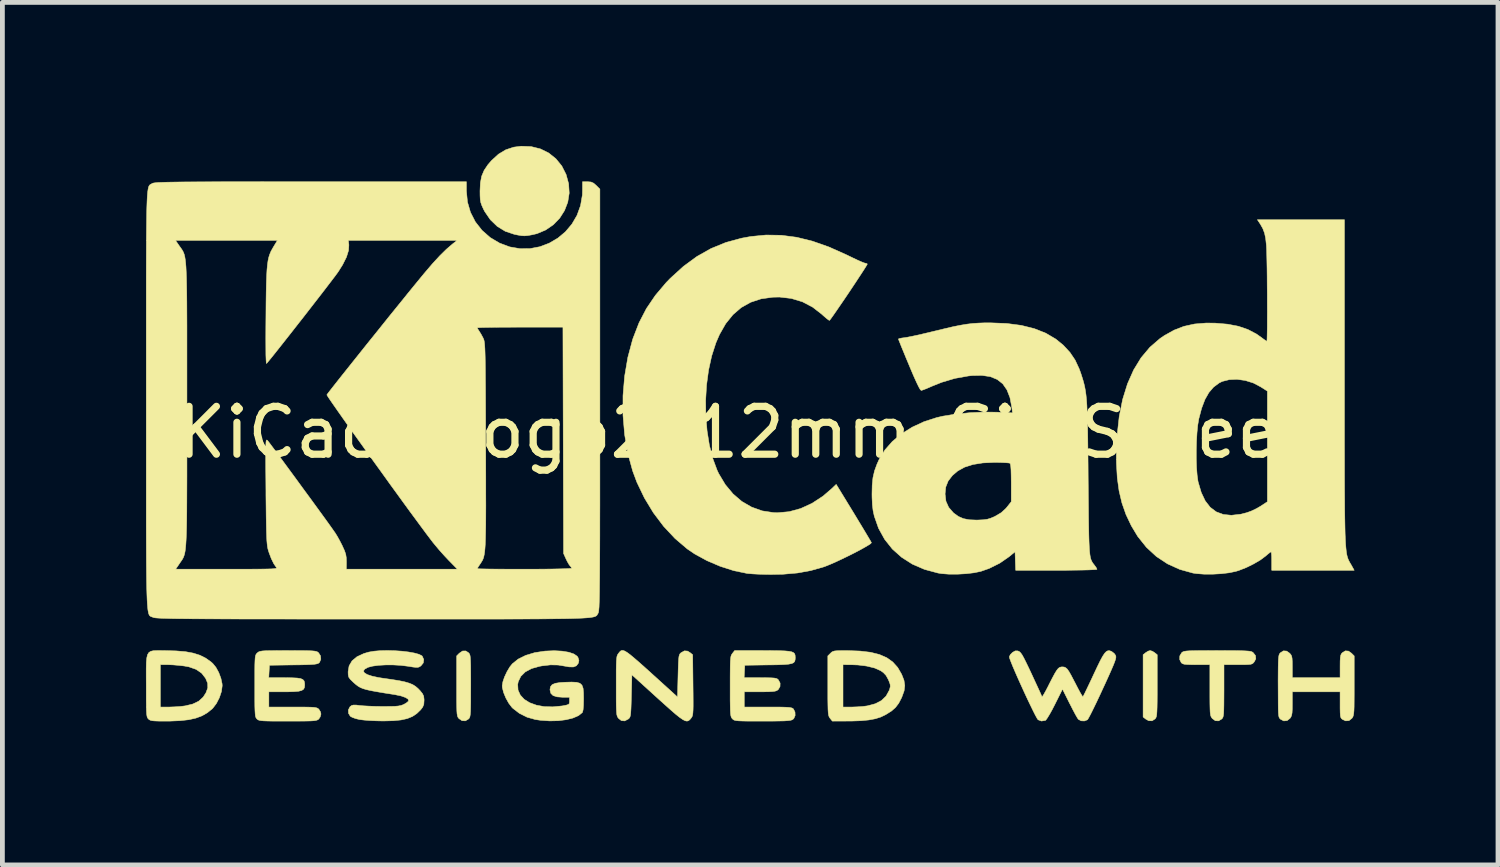
<source format=kicad_pcb>
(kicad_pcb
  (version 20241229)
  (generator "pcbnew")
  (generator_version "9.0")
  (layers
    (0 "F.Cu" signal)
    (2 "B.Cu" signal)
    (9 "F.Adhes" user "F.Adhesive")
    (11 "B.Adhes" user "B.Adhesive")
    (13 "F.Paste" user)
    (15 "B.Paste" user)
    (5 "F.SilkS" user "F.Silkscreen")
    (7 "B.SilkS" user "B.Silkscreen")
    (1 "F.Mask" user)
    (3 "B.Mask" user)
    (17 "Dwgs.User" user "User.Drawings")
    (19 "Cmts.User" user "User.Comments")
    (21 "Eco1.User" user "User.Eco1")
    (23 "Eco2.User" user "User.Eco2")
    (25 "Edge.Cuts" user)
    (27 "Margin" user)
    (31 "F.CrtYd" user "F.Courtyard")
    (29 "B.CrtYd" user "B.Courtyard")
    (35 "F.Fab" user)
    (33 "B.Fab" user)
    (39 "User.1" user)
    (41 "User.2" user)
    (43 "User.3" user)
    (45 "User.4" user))
  (footprint "KiCad-Logo2_12mm_SilkScreen"
    (layer "F.Cu")
    (at 12.615 5.986)
    (property "Reference" "KiCad-Logo2_12mm_SilkScreen" (at 0 0 0) (layer "F.SilkS") (effects (font (size 1 1) (thickness 0.15))))
    (attr exclude_from_pos_files exclude_from_bom)
    (fp_poly (pts (xy 8.415 4.572) (xy 8.462 4.602) (xy 8.516 4.645) (xy 8.516 5.291) (xy 8.516 5.48) (xy 8.515 5.629) (xy 8.513 5.743) (xy 8.51 5.827) (xy 8.506 5.888) (xy 8.5 5.929) (xy 8.491 5.956) (xy 8.48 5.975) (xy 8.473 5.985) (xy 8.409 6.026) (xy 8.338 6.024) (xy 8.275 5.989) (xy 8.221 5.946) (xy 8.221 4.645) (xy 8.275 4.602) (xy 8.326 4.57) (xy 8.368 4.558) (xy 8.415 4.572)) (stroke (width 0.01) (type solid)) (fill yes) (layer "F.SilkS"))
    (fp_poly (pts (xy -5.874 4.604) (xy -5.861 4.619) (xy -5.85 4.639) (xy -5.842 4.668) (xy -5.837 4.712) (xy -5.833 4.777) (xy -5.83 4.866) (xy -5.829 4.987) (xy -5.828 5.143) (xy -5.828 5.295) (xy -5.829 5.484) (xy -5.829 5.632) (xy -5.831 5.746) (xy -5.833 5.83) (xy -5.838 5.89) (xy -5.844 5.93) (xy -5.852 5.957) (xy -5.863 5.975) (xy -5.874 5.987) (xy -5.94 6.027) (xy -6.011 6.023) (xy -6.074 5.98) (xy -6.088 5.963) (xy -6.1 5.944) (xy -6.108 5.916) (xy -6.115 5.875) (xy -6.119 5.815) (xy -6.121 5.731) (xy -6.123 5.617) (xy -6.123 5.467) (xy -6.123 5.299) (xy -6.123 4.67) (xy -6.068 4.614) (xy -5.999 4.567) (xy -5.932 4.566) (xy -5.874 4.604)) (stroke (width 0.01) (type solid)) (fill yes) (layer "F.SilkS"))
    (fp_poly (pts (xy -4.566 -5.973) (xy -4.373 -5.925) (xy -4.199 -5.839) (xy -4.049 -5.719) (xy -3.926 -5.568) (xy -3.836 -5.39) (xy -3.783 -5.196) (xy -3.771 -5.001) (xy -3.801 -4.812) (xy -3.869 -4.636) (xy -3.971 -4.476) (xy -4.103 -4.34) (xy -4.262 -4.231) (xy -4.444 -4.154) (xy -4.547 -4.13) (xy -4.636 -4.114) (xy -4.705 -4.108) (xy -4.771 -4.112) (xy -4.852 -4.126) (xy -4.919 -4.14) (xy -5.107 -4.203) (xy -5.275 -4.306) (xy -5.419 -4.445) (xy -5.537 -4.617) (xy -5.565 -4.672) (xy -5.598 -4.745) (xy -5.619 -4.806) (xy -5.63 -4.871) (xy -5.634 -4.953) (xy -5.635 -5.046) (xy -5.627 -5.215) (xy -5.6 -5.355) (xy -5.549 -5.476) (xy -5.47 -5.594) (xy -5.393 -5.683) (xy -5.248 -5.815) (xy -5.097 -5.906) (xy -4.931 -5.961) (xy -4.775 -5.981) (xy -4.566 -5.973)) (stroke (width 0.01) (type solid)) (fill yes) (layer "F.SilkS"))
    (fp_poly (pts (xy 9.97 4.559) (xy 10.129 4.559) (xy 10.251 4.561) (xy 10.344 4.564) (xy 10.41 4.568) (xy 10.457 4.573) (xy 10.488 4.581) (xy 10.508 4.591) (xy 10.518 4.598) (xy 10.57 4.663) (xy 10.576 4.731) (xy 10.544 4.793) (xy 10.523 4.818) (xy 10.501 4.834) (xy 10.469 4.845) (xy 10.418 4.85) (xy 10.34 4.853) (xy 10.226 4.853) (xy 10.204 4.853) (xy 9.911 4.853) (xy 9.911 5.397) (xy 9.91 5.569) (xy 9.909 5.701) (xy 9.907 5.799) (xy 9.904 5.87) (xy 9.898 5.918) (xy 9.89 5.95) (xy 9.879 5.971) (xy 9.865 5.987) (xy 9.799 6.027) (xy 9.73 6.024) (xy 9.667 5.978) (xy 9.663 5.973) (xy 9.648 5.951) (xy 9.636 5.927) (xy 9.628 5.892) (xy 9.622 5.842) (xy 9.619 5.769) (xy 9.617 5.669) (xy 9.616 5.535) (xy 9.616 5.383) (xy 9.616 4.853) (xy 9.336 4.853) (xy 9.216 4.852) (xy 9.132 4.849) (xy 9.078 4.843) (xy 9.043 4.831) (xy 9.021 4.815) (xy 9.018 4.812) (xy 8.985 4.745) (xy 8.988 4.669) (xy 9.026 4.604) (xy 9.041 4.591) (xy 9.06 4.581) (xy 9.088 4.573) (xy 9.13 4.567) (xy 9.192 4.563) (xy 9.278 4.561) (xy 9.393 4.559) (xy 9.543 4.559) (xy 9.732 4.558) (xy 9.772 4.558) (xy 9.97 4.559)) (stroke (width 0.01) (type solid)) (fill yes) (layer "F.SilkS"))
    (fp_poly (pts (xy 12.513 4.569) (xy 12.576 4.614) (xy 12.632 4.67) (xy 12.632 5.291) (xy 12.632 5.476) (xy 12.631 5.621) (xy 12.63 5.731) (xy 12.627 5.813) (xy 12.622 5.871) (xy 12.615 5.911) (xy 12.606 5.939) (xy 12.594 5.96) (xy 12.585 5.973) (xy 12.523 6.022) (xy 12.452 6.027) (xy 12.388 5.997) (xy 12.366 5.979) (xy 12.352 5.956) (xy 12.343 5.917) (xy 12.339 5.856) (xy 12.337 5.763) (xy 12.337 5.691) (xy 12.337 5.42) (xy 11.339 5.42) (xy 11.339 5.667) (xy 11.338 5.779) (xy 11.334 5.857) (xy 11.325 5.909) (xy 11.31 5.946) (xy 11.292 5.973) (xy 11.23 6.022) (xy 11.16 6.028) (xy 11.093 5.993) (xy 11.074 5.974) (xy 11.061 5.95) (xy 11.053 5.912) (xy 11.048 5.853) (xy 11.045 5.765) (xy 11.044 5.641) (xy 11.044 5.613) (xy 11.043 5.379) (xy 11.042 5.187) (xy 11.043 5.031) (xy 11.044 4.908) (xy 11.046 4.813) (xy 11.049 4.742) (xy 11.054 4.691) (xy 11.06 4.656) (xy 11.068 4.633) (xy 11.079 4.616) (xy 11.09 4.604) (xy 11.154 4.564) (xy 11.221 4.569) (xy 11.284 4.614) (xy 11.309 4.643) (xy 11.325 4.675) (xy 11.334 4.72) (xy 11.338 4.789) (xy 11.339 4.893) (xy 11.339 4.898) (xy 11.339 5.125) (xy 12.337 5.125) (xy 12.337 4.887) (xy 12.338 4.778) (xy 12.342 4.703) (xy 12.351 4.655) (xy 12.366 4.623) (xy 12.383 4.604) (xy 12.447 4.564) (xy 12.513 4.569)) (stroke (width 0.01) (type solid)) (fill yes) (layer "F.SilkS"))
    (fp_poly (pts (xy 2.046 4.559) (xy 2.305 4.568) (xy 2.525 4.594) (xy 2.71 4.64) (xy 2.864 4.707) (xy 2.99 4.797) (xy 3.092 4.91) (xy 3.173 5.05) (xy 3.175 5.053) (xy 3.224 5.178) (xy 3.241 5.289) (xy 3.227 5.4) (xy 3.181 5.527) (xy 3.173 5.546) (xy 3.114 5.659) (xy 3.048 5.746) (xy 2.963 5.821) (xy 2.847 5.894) (xy 2.84 5.898) (xy 2.739 5.947) (xy 2.625 5.983) (xy 2.49 6.008) (xy 2.327 6.024) (xy 2.13 6.031) (xy 2.06 6.031) (xy 1.727 6.032) (xy 1.68 5.973) (xy 1.666 5.953) (xy 1.655 5.93) (xy 1.647 5.898) (xy 1.641 5.852) (xy 1.637 5.787) (xy 1.636 5.738) (xy 1.95 5.738) (xy 2.139 5.738) (xy 2.249 5.734) (xy 2.363 5.726) (xy 2.456 5.714) (xy 2.461 5.713) (xy 2.626 5.669) (xy 2.754 5.602) (xy 2.85 5.51) (xy 2.916 5.39) (xy 2.927 5.358) (xy 2.939 5.308) (xy 2.934 5.259) (xy 2.91 5.194) (xy 2.896 5.162) (xy 2.849 5.077) (xy 2.792 5.017) (xy 2.73 4.975) (xy 2.606 4.921) (xy 2.446 4.882) (xy 2.261 4.859) (xy 2.126 4.854) (xy 1.95 4.853) (xy 1.95 5.738) (xy 1.636 5.738) (xy 1.635 5.695) (xy 1.633 5.573) (xy 1.633 5.415) (xy 1.633 5.291) (xy 1.633 4.67) (xy 1.689 4.614) (xy 1.713 4.591) (xy 1.74 4.576) (xy 1.777 4.566) (xy 1.834 4.561) (xy 1.918 4.559) (xy 2.039 4.559) (xy 2.046 4.559)) (stroke (width 0.01) (type solid)) (fill yes) (layer "F.SilkS"))
    (fp_poly (pts (xy -12.297 4.558) (xy -12.218 4.559) (xy -11.986 4.565) (xy -11.791 4.581) (xy -11.628 4.611) (xy -11.489 4.655) (xy -11.367 4.716) (xy -11.257 4.794) (xy -11.218 4.829) (xy -11.153 4.909) (xy -11.094 5.017) (xy -11.049 5.137) (xy -11.024 5.253) (xy -11.022 5.295) (xy -11.038 5.414) (xy -11.081 5.543) (xy -11.144 5.665) (xy -11.218 5.762) (xy -11.23 5.774) (xy -11.332 5.857) (xy -11.443 5.921) (xy -11.571 5.969) (xy -11.721 6.003) (xy -11.9 6.023) (xy -12.115 6.032) (xy -12.213 6.032) (xy -12.338 6.032) (xy -12.426 6.029) (xy -12.485 6.024) (xy -12.524 6.014) (xy -12.55 6) (xy -12.564 5.987) (xy -12.577 5.972) (xy -12.588 5.952) (xy -12.595 5.923) (xy -12.601 5.879) (xy -12.605 5.814) (xy -12.607 5.725) (xy -12.609 5.604) (xy -12.609 5.447) (xy -12.609 5.295) (xy -12.61 5.093) (xy -12.61 4.931) (xy -12.608 4.853) (xy -12.314 4.853) (xy -12.314 5.738) (xy -12.127 5.738) (xy -12.015 5.734) (xy -11.897 5.726) (xy -11.798 5.714) (xy -11.796 5.714) (xy -11.636 5.675) (xy -11.513 5.616) (xy -11.419 5.53) (xy -11.36 5.438) (xy -11.323 5.336) (xy -11.326 5.24) (xy -11.369 5.137) (xy -11.452 5.03) (xy -11.567 4.951) (xy -11.718 4.898) (xy -11.818 4.88) (xy -11.932 4.867) (xy -12.053 4.857) (xy -12.155 4.853) (xy -12.161 4.853) (xy -12.314 4.853) (xy -12.608 4.853) (xy -12.607 4.805) (xy -12.598 4.711) (xy -12.582 4.644) (xy -12.555 4.6) (xy -12.516 4.574) (xy -12.461 4.561) (xy -12.389 4.558) (xy -12.297 4.558)) (stroke (width 0.01) (type solid)) (fill yes) (layer "F.SilkS"))
    (fp_poly (pts (xy -2.612 4.567) (xy -2.564 4.595) (xy -2.503 4.64) (xy -2.423 4.706) (xy -2.322 4.793) (xy -2.197 4.904) (xy -2.045 5.041) (xy -1.871 5.199) (xy -1.508 5.528) (xy -1.497 5.087) (xy -1.493 4.935) (xy -1.489 4.821) (xy -1.484 4.74) (xy -1.478 4.685) (xy -1.469 4.649) (xy -1.457 4.626) (xy -1.441 4.609) (xy -1.432 4.602) (xy -1.363 4.564) (xy -1.297 4.569) (xy -1.244 4.602) (xy -1.191 4.645) (xy -1.184 5.278) (xy -1.182 5.464) (xy -1.181 5.61) (xy -1.181 5.722) (xy -1.183 5.804) (xy -1.187 5.864) (xy -1.193 5.905) (xy -1.201 5.933) (xy -1.213 5.954) (xy -1.225 5.971) (xy -1.252 6.003) (xy -1.279 6.024) (xy -1.31 6.032) (xy -1.348 6.025) (xy -1.397 6) (xy -1.461 5.956) (xy -1.544 5.89) (xy -1.648 5.8) (xy -1.779 5.683) (xy -1.928 5.549) (xy -2.461 5.065) (xy -2.472 5.506) (xy -2.476 5.657) (xy -2.48 5.77) (xy -2.485 5.851) (xy -2.491 5.906) (xy -2.5 5.942) (xy -2.512 5.965) (xy -2.528 5.982) (xy -2.537 5.989) (xy -2.611 6.028) (xy -2.681 6.022) (xy -2.742 5.973) (xy -2.756 5.953) (xy -2.767 5.93) (xy -2.776 5.898) (xy -2.781 5.852) (xy -2.785 5.786) (xy -2.788 5.694) (xy -2.789 5.572) (xy -2.789 5.413) (xy -2.789 5.295) (xy -2.789 5.112) (xy -2.789 4.967) (xy -2.787 4.858) (xy -2.784 4.777) (xy -2.779 4.719) (xy -2.773 4.679) (xy -2.763 4.651) (xy -2.751 4.63) (xy -2.742 4.618) (xy -2.72 4.59) (xy -2.699 4.568) (xy -2.676 4.556) (xy -2.648 4.555) (xy -2.612 4.567)) (stroke (width 0.01) (type solid)) (fill yes) (layer "F.SilkS"))
    (fp_poly (pts (xy -3.918 4.57) (xy -3.78 4.593) (xy -3.674 4.629) (xy -3.605 4.676) (xy -3.587 4.703) (xy -3.568 4.765) (xy -3.58 4.822) (xy -3.621 4.876) (xy -3.684 4.901) (xy -3.775 4.899) (xy -3.846 4.886) (xy -4.003 4.86) (xy -4.163 4.857) (xy -4.342 4.878) (xy -4.392 4.887) (xy -4.559 4.934) (xy -4.689 5.004) (xy -4.782 5.096) (xy -4.836 5.208) (xy -4.847 5.266) (xy -4.84 5.384) (xy -4.793 5.488) (xy -4.711 5.577) (xy -4.597 5.648) (xy -4.457 5.699) (xy -4.295 5.729) (xy -4.114 5.734) (xy -3.919 5.715) (xy -3.908 5.713) (xy -3.831 5.698) (xy -3.788 5.684) (xy -3.769 5.664) (xy -3.765 5.629) (xy -3.765 5.611) (xy -3.765 5.534) (xy -3.902 5.534) (xy -4.024 5.525) (xy -4.107 5.499) (xy -4.155 5.452) (xy -4.172 5.382) (xy -4.173 5.373) (xy -4.162 5.313) (xy -4.127 5.27) (xy -4.062 5.242) (xy -3.961 5.226) (xy -3.863 5.22) (xy -3.721 5.216) (xy -3.618 5.221) (xy -3.548 5.241) (xy -3.505 5.28) (xy -3.481 5.345) (xy -3.472 5.44) (xy -3.47 5.565) (xy -3.473 5.704) (xy -3.481 5.799) (xy -3.495 5.85) (xy -3.498 5.854) (xy -3.576 5.917) (xy -3.691 5.967) (xy -3.835 6.003) (xy -4 6.024) (xy -4.181 6.028) (xy -4.369 6.015) (xy -4.479 5.999) (xy -4.652 5.95) (xy -4.813 5.869) (xy -4.948 5.765) (xy -4.968 5.745) (xy -5.035 5.657) (xy -5.095 5.549) (xy -5.142 5.435) (xy -5.168 5.332) (xy -5.171 5.293) (xy -5.157 5.21) (xy -5.122 5.107) (xy -5.071 4.999) (xy -5.012 4.9) (xy -4.959 4.834) (xy -4.837 4.736) (xy -4.679 4.658) (xy -4.49 4.601) (xy -4.277 4.569) (xy -4.082 4.561) (xy -3.918 4.57)) (stroke (width 0.01) (type solid)) (fill yes) (layer "F.SilkS"))
    (fp_poly (pts (xy 0.463 4.559) (xy 0.616 4.561) (xy 0.734 4.565) (xy 0.82 4.573) (xy 0.88 4.585) (xy 0.919 4.603) (xy 0.941 4.627) (xy 0.95 4.659) (xy 0.952 4.699) (xy 0.953 4.704) (xy 0.95 4.749) (xy 0.941 4.784) (xy 0.919 4.811) (xy 0.879 4.829) (xy 0.815 4.842) (xy 0.724 4.85) (xy 0.598 4.855) (xy 0.435 4.858) (xy 0.384 4.858) (xy -0.102 4.865) (xy -0.109 4.995) (xy -0.116 5.125) (xy 0.222 5.125) (xy 0.354 5.126) (xy 0.448 5.128) (xy 0.512 5.132) (xy 0.554 5.14) (xy 0.581 5.152) (xy 0.6 5.17) (xy 0.6 5.17) (xy 0.636 5.238) (xy 0.634 5.31) (xy 0.597 5.373) (xy 0.59 5.379) (xy 0.564 5.396) (xy 0.528 5.407) (xy 0.475 5.414) (xy 0.397 5.418) (xy 0.285 5.42) (xy 0.213 5.42) (xy -0.113 5.42) (xy -0.113 5.738) (xy 0.382 5.738) (xy 0.546 5.738) (xy 0.67 5.739) (xy 0.761 5.742) (xy 0.824 5.746) (xy 0.866 5.753) (xy 0.893 5.762) (xy 0.911 5.775) (xy 0.915 5.779) (xy 0.947 5.843) (xy 0.95 5.915) (xy 0.923 5.977) (xy 0.902 5.997) (xy 0.88 6.008) (xy 0.846 6.017) (xy 0.795 6.023) (xy 0.721 6.028) (xy 0.618 6.03) (xy 0.482 6.032) (xy 0.308 6.032) (xy 0.268 6.032) (xy 0.09 6.032) (xy -0.048 6.032) (xy -0.152 6.03) (xy -0.227 6.027) (xy -0.279 6.022) (xy -0.314 6.015) (xy -0.336 6.005) (xy -0.353 5.992) (xy -0.362 5.983) (xy -0.376 5.966) (xy -0.386 5.946) (xy -0.394 5.916) (xy -0.4 5.871) (xy -0.404 5.807) (xy -0.406 5.716) (xy -0.408 5.595) (xy -0.408 5.438) (xy -0.408 5.306) (xy -0.408 5.12) (xy -0.407 4.974) (xy -0.406 4.863) (xy -0.403 4.781) (xy -0.398 4.722) (xy -0.392 4.681) (xy -0.383 4.653) (xy -0.371 4.632) (xy -0.361 4.618) (xy -0.314 4.558) (xy 0.269 4.558) (xy 0.463 4.559)) (stroke (width 0.01) (type solid)) (fill yes) (layer "F.SilkS"))
    (fp_poly (pts (xy -9.468 4.559) (xy -9.328 4.559) (xy -9.223 4.561) (xy -9.146 4.564) (xy -9.093 4.569) (xy -9.057 4.576) (xy -9.032 4.586) (xy -9.014 4.599) (xy -9.008 4.605) (xy -8.968 4.667) (xy -8.961 4.739) (xy -8.987 4.802) (xy -8.999 4.815) (xy -9.019 4.828) (xy -9.05 4.837) (xy -9.099 4.845) (xy -9.172 4.85) (xy -9.274 4.854) (xy -9.412 4.857) (xy -9.538 4.858) (xy -10.035 4.865) (xy -10.042 4.995) (xy -10.049 5.125) (xy -9.711 5.125) (xy -9.564 5.127) (xy -9.457 5.132) (xy -9.383 5.143) (xy -9.336 5.164) (xy -9.31 5.194) (xy -9.3 5.238) (xy -9.298 5.279) (xy -9.303 5.329) (xy -9.322 5.366) (xy -9.36 5.391) (xy -9.424 5.408) (xy -9.519 5.416) (xy -9.651 5.42) (xy -9.723 5.42) (xy -10.047 5.42) (xy -10.047 5.738) (xy -9.548 5.738) (xy -9.384 5.738) (xy -9.26 5.739) (xy -9.169 5.741) (xy -9.105 5.745) (xy -9.061 5.752) (xy -9.033 5.761) (xy -9.013 5.774) (xy -9.003 5.783) (xy -8.969 5.837) (xy -8.958 5.885) (xy -8.974 5.944) (xy -9.003 5.987) (xy -9.019 6.001) (xy -9.04 6.011) (xy -9.07 6.019) (xy -9.116 6.025) (xy -9.183 6.029) (xy -9.277 6.031) (xy -9.402 6.032) (xy -9.565 6.032) (xy -9.65 6.032) (xy -9.831 6.032) (xy -9.972 6.032) (xy -10.079 6.03) (xy -10.157 6.027) (xy -10.212 6.022) (xy -10.248 6.015) (xy -10.272 6.006) (xy -10.289 5.994) (xy -10.296 5.987) (xy -10.309 5.972) (xy -10.32 5.952) (xy -10.328 5.923) (xy -10.333 5.878) (xy -10.337 5.814) (xy -10.34 5.724) (xy -10.341 5.603) (xy -10.341 5.446) (xy -10.341 5.299) (xy -10.341 5.112) (xy -10.341 4.965) (xy -10.34 4.852) (xy -10.337 4.769) (xy -10.333 4.711) (xy -10.327 4.671) (xy -10.318 4.644) (xy -10.307 4.626) (xy -10.293 4.611) (xy -10.289 4.608) (xy -10.272 4.593) (xy -10.251 4.581) (xy -10.223 4.573) (xy -10.18 4.566) (xy -10.118 4.562) (xy -10.03 4.56) (xy -9.912 4.559) (xy -9.757 4.558) (xy -9.647 4.558) (xy -9.468 4.559)) (stroke (width 0.01) (type solid)) (fill yes) (layer "F.SilkS"))
    (fp_poly (pts (xy 7.523 4.562) (xy 7.562 4.576) (xy 7.564 4.577) (xy 7.617 4.618) (xy 7.647 4.66) (xy 7.652 4.68) (xy 7.652 4.706) (xy 7.644 4.743) (xy 7.626 4.796) (xy 7.597 4.869) (xy 7.555 4.967) (xy 7.498 5.095) (xy 7.424 5.258) (xy 7.383 5.346) (xy 7.31 5.504) (xy 7.241 5.65) (xy 7.179 5.777) (xy 7.127 5.882) (xy 7.087 5.957) (xy 7.063 5.998) (xy 7.058 6.004) (xy 6.995 6.029) (xy 6.925 6.026) (xy 6.869 5.995) (xy 6.866 5.993) (xy 6.844 5.959) (xy 6.806 5.893) (xy 6.758 5.803) (xy 6.704 5.697) (xy 6.684 5.659) (xy 6.537 5.364) (xy 6.377 5.684) (xy 6.32 5.795) (xy 6.267 5.89) (xy 6.222 5.964) (xy 6.19 6.009) (xy 6.179 6.018) (xy 6.096 6.031) (xy 6.026 6.004) (xy 6.006 5.975) (xy 5.971 5.912) (xy 5.924 5.819) (xy 5.868 5.704) (xy 5.805 5.573) (xy 5.739 5.431) (xy 5.673 5.286) (xy 5.609 5.144) (xy 5.55 5.01) (xy 5.499 4.891) (xy 5.46 4.794) (xy 5.434 4.725) (xy 5.425 4.689) (xy 5.425 4.688) (xy 5.447 4.643) (xy 5.491 4.598) (xy 5.494 4.596) (xy 5.548 4.565) (xy 5.599 4.565) (xy 5.618 4.571) (xy 5.641 4.584) (xy 5.665 4.609) (xy 5.694 4.65) (xy 5.73 4.715) (xy 5.776 4.807) (xy 5.836 4.931) (xy 5.89 5.046) (xy 5.951 5.179) (xy 6.007 5.299) (xy 6.053 5.399) (xy 6.087 5.474) (xy 6.105 5.516) (xy 6.108 5.522) (xy 6.121 5.511) (xy 6.149 5.467) (xy 6.19 5.394) (xy 6.239 5.3) (xy 6.258 5.261) (xy 6.325 5.131) (xy 6.376 5.036) (xy 6.416 4.971) (xy 6.449 4.93) (xy 6.48 4.908) (xy 6.512 4.9) (xy 6.533 4.899) (xy 6.571 4.902) (xy 6.603 4.916) (xy 6.636 4.945) (xy 6.672 4.996) (xy 6.717 5.075) (xy 6.775 5.186) (xy 6.808 5.249) (xy 6.86 5.35) (xy 6.905 5.434) (xy 6.94 5.493) (xy 6.96 5.521) (xy 6.963 5.522) (xy 6.976 5.5) (xy 7.005 5.443) (xy 7.047 5.356) (xy 7.099 5.247) (xy 7.159 5.12) (xy 7.188 5.057) (xy 7.265 4.894) (xy 7.326 4.769) (xy 7.376 4.677) (xy 7.418 4.614) (xy 7.454 4.577) (xy 7.488 4.561) (xy 7.523 4.562)) (stroke (width 0.01) (type solid)) (fill yes) (layer "F.SilkS"))
    (fp_poly (pts (xy -7.416 4.561) (xy -7.266 4.571) (xy -7.126 4.588) (xy -7.005 4.61) (xy -6.911 4.636) (xy -6.851 4.666) (xy -6.842 4.675) (xy -6.81 4.745) (xy -6.82 4.816) (xy -6.869 4.877) (xy -6.872 4.879) (xy -6.901 4.898) (xy -6.931 4.908) (xy -6.973 4.909) (xy -7.038 4.902) (xy -7.136 4.886) (xy -7.144 4.885) (xy -7.29 4.867) (xy -7.448 4.858) (xy -7.606 4.858) (xy -7.753 4.866) (xy -7.879 4.883) (xy -7.972 4.907) (xy -7.978 4.909) (xy -8.046 4.947) (xy -8.07 4.986) (xy -8.051 5.023) (xy -7.992 5.059) (xy -7.893 5.092) (xy -7.756 5.122) (xy -7.665 5.136) (xy -7.476 5.163) (xy -7.326 5.187) (xy -7.207 5.212) (xy -7.115 5.239) (xy -7.042 5.269) (xy -6.983 5.306) (xy -6.93 5.351) (xy -6.887 5.396) (xy -6.837 5.458) (xy -6.812 5.511) (xy -6.804 5.577) (xy -6.804 5.601) (xy -6.809 5.681) (xy -6.833 5.74) (xy -6.873 5.793) (xy -6.955 5.873) (xy -7.047 5.935) (xy -7.155 5.979) (xy -7.286 6.008) (xy -7.447 6.024) (xy -7.644 6.029) (xy -7.677 6.029) (xy -7.808 6.026) (xy -7.939 6.02) (xy -8.054 6.011) (xy -8.14 6.001) (xy -8.147 6) (xy -8.232 5.98) (xy -8.304 5.954) (xy -8.345 5.931) (xy -8.383 5.869) (xy -8.386 5.798) (xy -8.353 5.734) (xy -8.346 5.727) (xy -8.316 5.705) (xy -8.278 5.696) (xy -8.219 5.697) (xy -8.148 5.706) (xy -8.068 5.713) (xy -7.956 5.719) (xy -7.826 5.724) (xy -7.69 5.726) (xy -7.654 5.726) (xy -7.518 5.725) (xy -7.418 5.723) (xy -7.346 5.717) (xy -7.293 5.707) (xy -7.25 5.693) (xy -7.224 5.681) (xy -7.168 5.648) (xy -7.132 5.617) (xy -7.127 5.609) (xy -7.138 5.573) (xy -7.19 5.539) (xy -7.281 5.507) (xy -7.407 5.48) (xy -7.443 5.474) (xy -7.636 5.444) (xy -7.79 5.418) (xy -7.911 5.396) (xy -8.004 5.375) (xy -8.077 5.354) (xy -8.135 5.33) (xy -8.183 5.302) (xy -8.228 5.268) (xy -8.276 5.226) (xy -8.292 5.211) (xy -8.348 5.156) (xy -8.378 5.113) (xy -8.389 5.063) (xy -8.391 5) (xy -8.37 4.877) (xy -8.308 4.772) (xy -8.206 4.687) (xy -8.062 4.62) (xy -7.96 4.59) (xy -7.849 4.571) (xy -7.716 4.56) (xy -7.569 4.557) (xy -7.416 4.561)) (stroke (width 0.01) (type solid)) (fill yes) (layer "F.SilkS"))
    (fp_poly (pts (xy 0.66 -4.12) (xy 0.982 -4.078) (xy 1.311 -3.997) (xy 1.652 -3.877) (xy 2.009 -3.718) (xy 2.032 -3.707) (xy 2.148 -3.651) (xy 2.251 -3.602) (xy 2.335 -3.565) (xy 2.391 -3.543) (xy 2.41 -3.538) (xy 2.449 -3.528) (xy 2.458 -3.519) (xy 2.448 -3.498) (xy 2.416 -3.446) (xy 2.365 -3.366) (xy 2.3 -3.267) (xy 2.224 -3.151) (xy 2.141 -3.026) (xy 2.055 -2.897) (xy 1.969 -2.77) (xy 1.886 -2.649) (xy 1.812 -2.541) (xy 1.749 -2.45) (xy 1.701 -2.383) (xy 1.672 -2.345) (xy 1.668 -2.341) (xy 1.648 -2.35) (xy 1.603 -2.385) (xy 1.541 -2.438) (xy 1.51 -2.467) (xy 1.316 -2.618) (xy 1.102 -2.73) (xy 0.87 -2.8) (xy 0.623 -2.829) (xy 0.483 -2.826) (xy 0.24 -2.792) (xy 0.021 -2.72) (xy -0.176 -2.61) (xy -0.349 -2.461) (xy -0.501 -2.273) (xy -0.631 -2.045) (xy -0.706 -1.871) (xy -0.794 -1.598) (xy -0.859 -1.302) (xy -0.901 -0.99) (xy -0.92 -0.669) (xy -0.916 -0.348) (xy -0.89 -0.033) (xy -0.842 0.267) (xy -0.771 0.545) (xy -0.679 0.793) (xy -0.646 0.862) (xy -0.509 1.091) (xy -0.347 1.285) (xy -0.164 1.442) (xy 0.04 1.56) (xy 0.261 1.639) (xy 0.497 1.675) (xy 0.58 1.678) (xy 0.825 1.656) (xy 1.066 1.59) (xy 1.303 1.481) (xy 1.531 1.332) (xy 1.715 1.174) (xy 1.808 1.085) (xy 2.173 1.682) (xy 2.263 1.831) (xy 2.346 1.968) (xy 2.418 2.088) (xy 2.477 2.187) (xy 2.519 2.258) (xy 2.541 2.298) (xy 2.544 2.304) (xy 2.528 2.324) (xy 2.476 2.358) (xy 2.396 2.405) (xy 2.295 2.461) (xy 2.178 2.522) (xy 2.052 2.585) (xy 1.924 2.647) (xy 1.8 2.705) (xy 1.686 2.755) (xy 1.59 2.794) (xy 1.543 2.811) (xy 1.274 2.887) (xy 0.997 2.937) (xy 0.7 2.963) (xy 0.446 2.968) (xy 0.309 2.966) (xy 0.177 2.962) (xy 0.062 2.956) (xy -0.025 2.949) (xy -0.054 2.946) (xy -0.333 2.888) (xy -0.617 2.797) (xy -0.893 2.679) (xy -1.148 2.54) (xy -1.304 2.434) (xy -1.56 2.216) (xy -1.798 1.962) (xy -2.013 1.677) (xy -2.2 1.368) (xy -2.357 1.041) (xy -2.445 0.805) (xy -2.546 0.436) (xy -2.613 0.045) (xy -2.647 -0.359) (xy -2.647 -0.768) (xy -2.613 -1.174) (xy -2.546 -1.568) (xy -2.446 -1.942) (xy -2.438 -1.965) (xy -2.312 -2.291) (xy -2.158 -2.588) (xy -1.97 -2.865) (xy -1.745 -3.131) (xy -1.657 -3.222) (xy -1.383 -3.471) (xy -1.102 -3.677) (xy -0.809 -3.842) (xy -0.499 -3.969) (xy -0.169 -4.059) (xy 0.023 -4.094) (xy 0.342 -4.125) (xy 0.66 -4.12)) (stroke (width 0.01) (type solid)) (fill yes) (layer "F.SilkS"))
    (fp_poly (pts (xy 12.428 -1.06) (xy 12.428 -0.589) (xy 12.428 -0.162) (xy 12.428 0.225) (xy 12.429 0.573) (xy 12.429 0.885) (xy 12.43 1.162) (xy 12.432 1.408) (xy 12.433 1.623) (xy 12.436 1.811) (xy 12.439 1.973) (xy 12.442 2.112) (xy 12.447 2.23) (xy 12.452 2.329) (xy 12.459 2.412) (xy 12.466 2.48) (xy 12.474 2.536) (xy 12.484 2.582) (xy 12.495 2.62) (xy 12.507 2.653) (xy 12.521 2.682) (xy 12.536 2.711) (xy 12.553 2.74) (xy 12.564 2.758) (xy 12.632 2.88) (xy 10.908 2.88) (xy 10.908 2.687) (xy 10.907 2.6) (xy 10.903 2.534) (xy 10.897 2.498) (xy 10.895 2.495) (xy 10.872 2.508) (xy 10.826 2.544) (xy 10.781 2.583) (xy 10.671 2.665) (xy 10.531 2.747) (xy 10.377 2.823) (xy 10.221 2.884) (xy 10.159 2.903) (xy 10.022 2.932) (xy 9.855 2.952) (xy 9.676 2.962) (xy 9.499 2.962) (xy 9.34 2.95) (xy 9.264 2.939) (xy 8.987 2.862) (xy 8.731 2.746) (xy 8.498 2.592) (xy 8.29 2.4) (xy 8.108 2.172) (xy 7.974 1.949) (xy 7.863 1.715) (xy 7.779 1.475) (xy 7.719 1.222) (xy 7.681 0.947) (xy 7.664 0.643) (xy 7.662 0.488) (xy 7.666 0.374) (xy 9.332 0.374) (xy 9.332 0.56) (xy 9.338 0.737) (xy 9.35 0.892) (xy 9.367 1.015) (xy 9.372 1.039) (xy 9.436 1.255) (xy 9.519 1.43) (xy 9.623 1.564) (xy 9.749 1.659) (xy 9.896 1.714) (xy 10.066 1.731) (xy 10.259 1.709) (xy 10.387 1.677) (xy 10.486 1.641) (xy 10.594 1.589) (xy 10.676 1.541) (xy 10.818 1.448) (xy 10.818 -0.863) (xy 10.682 -0.95) (xy 10.525 -1.033) (xy 10.355 -1.086) (xy 10.184 -1.11) (xy 10.021 -1.103) (xy 9.875 -1.066) (xy 9.81 -1.034) (xy 9.694 -0.948) (xy 9.596 -0.834) (xy 9.513 -0.688) (xy 9.444 -0.506) (xy 9.385 -0.284) (xy 9.383 -0.272) (xy 9.362 -0.147) (xy 9.347 0.009) (xy 9.337 0.186) (xy 9.332 0.374) (xy 7.666 0.374) (xy 7.678 0.06) (xy 7.722 -0.333) (xy 7.794 -0.692) (xy 7.895 -1.017) (xy 8.023 -1.306) (xy 8.179 -1.561) (xy 8.363 -1.78) (xy 8.575 -1.963) (xy 8.666 -2.025) (xy 8.869 -2.138) (xy 9.076 -2.218) (xy 9.297 -2.266) (xy 9.541 -2.286) (xy 9.727 -2.284) (xy 9.987 -2.262) (xy 10.214 -2.218) (xy 10.412 -2.15) (xy 10.589 -2.057) (xy 10.687 -1.988) (xy 10.746 -1.944) (xy 10.79 -1.914) (xy 10.807 -1.905) (xy 10.81 -1.927) (xy 10.812 -1.988) (xy 10.814 -2.084) (xy 10.816 -2.209) (xy 10.816 -2.357) (xy 10.817 -2.522) (xy 10.816 -2.7) (xy 10.816 -2.885) (xy 10.814 -3.07) (xy 10.813 -3.251) (xy 10.811 -3.423) (xy 10.808 -3.578) (xy 10.805 -3.713) (xy 10.802 -3.822) (xy 10.798 -3.898) (xy 10.797 -3.912) (xy 10.782 -4.054) (xy 10.759 -4.164) (xy 10.723 -4.259) (xy 10.671 -4.352) (xy 10.658 -4.371) (xy 10.609 -4.445) (xy 12.428 -4.445) (xy 12.428 -1.06)) (stroke (width 0.01) (type solid)) (fill yes) (layer "F.SilkS"))
    (fp_poly (pts (xy 5.371 -2.277) (xy 5.676 -2.237) (xy 5.948 -2.169) (xy 6.188 -2.074) (xy 6.398 -1.95) (xy 6.554 -1.822) (xy 6.692 -1.673) (xy 6.8 -1.513) (xy 6.886 -1.328) (xy 6.918 -1.241) (xy 6.943 -1.163) (xy 6.966 -1.09) (xy 6.985 -1.02) (xy 7.002 -0.947) (xy 7.016 -0.87) (xy 7.028 -0.783) (xy 7.038 -0.684) (xy 7.046 -0.568) (xy 7.052 -0.432) (xy 7.057 -0.273) (xy 7.062 -0.086) (xy 7.065 0.133) (xy 7.068 0.386) (xy 7.071 0.677) (xy 7.073 0.964) (xy 7.076 1.278) (xy 7.079 1.549) (xy 7.081 1.782) (xy 7.084 1.98) (xy 7.087 2.146) (xy 7.091 2.283) (xy 7.096 2.394) (xy 7.102 2.484) (xy 7.11 2.554) (xy 7.119 2.61) (xy 7.131 2.653) (xy 7.145 2.687) (xy 7.161 2.716) (xy 7.18 2.743) (xy 7.203 2.772) (xy 7.211 2.783) (xy 7.243 2.828) (xy 7.257 2.86) (xy 7.257 2.861) (xy 7.235 2.865) (xy 7.173 2.869) (xy 7.075 2.873) (xy 6.947 2.876) (xy 6.794 2.878) (xy 6.619 2.88) (xy 6.429 2.88) (xy 6.408 2.88) (xy 5.558 2.88) (xy 5.551 2.687) (xy 5.545 2.494) (xy 5.42 2.597) (xy 5.225 2.732) (xy 5.004 2.842) (xy 4.83 2.903) (xy 4.691 2.932) (xy 4.524 2.952) (xy 4.344 2.962) (xy 4.166 2.962) (xy 4.008 2.95) (xy 3.935 2.938) (xy 3.653 2.862) (xy 3.399 2.752) (xy 3.175 2.609) (xy 2.981 2.436) (xy 2.82 2.233) (xy 2.693 2.003) (xy 2.604 1.75) (xy 2.579 1.636) (xy 2.564 1.511) (xy 2.557 1.361) (xy 2.556 1.293) (xy 2.556 1.286) (xy 4.083 1.286) (xy 4.101 1.437) (xy 4.158 1.565) (xy 4.255 1.677) (xy 4.265 1.686) (xy 4.362 1.756) (xy 4.466 1.801) (xy 4.588 1.825) (xy 4.74 1.831) (xy 4.776 1.83) (xy 4.884 1.825) (xy 4.965 1.814) (xy 5.035 1.793) (xy 5.113 1.76) (xy 5.134 1.749) (xy 5.256 1.677) (xy 5.35 1.591) (xy 5.376 1.561) (xy 5.466 1.447) (xy 5.466 1.054) (xy 5.464 0.896) (xy 5.461 0.779) (xy 5.455 0.701) (xy 5.446 0.656) (xy 5.438 0.643) (xy 5.406 0.637) (xy 5.338 0.632) (xy 5.244 0.628) (xy 5.133 0.626) (xy 5.115 0.626) (xy 4.872 0.637) (xy 4.666 0.67) (xy 4.492 0.725) (xy 4.347 0.805) (xy 4.236 0.9) (xy 4.147 1.016) (xy 4.097 1.142) (xy 4.083 1.286) (xy 2.556 1.286) (xy 2.56 1.104) (xy 2.576 0.946) (xy 2.609 0.803) (xy 2.661 0.661) (xy 2.709 0.555) (xy 2.827 0.364) (xy 2.983 0.187) (xy 3.175 0.028) (xy 3.396 -0.11) (xy 3.641 -0.224) (xy 3.907 -0.31) (xy 4.037 -0.34) (xy 4.31 -0.384) (xy 4.609 -0.413) (xy 4.913 -0.426) (xy 5.167 -0.423) (xy 5.492 -0.409) (xy 5.477 -0.528) (xy 5.439 -0.727) (xy 5.376 -0.889) (xy 5.288 -1.016) (xy 5.173 -1.107) (xy 5.028 -1.166) (xy 4.853 -1.192) (xy 4.646 -1.188) (xy 4.57 -1.18) (xy 4.286 -1.129) (xy 4.011 -1.047) (xy 3.821 -0.971) (xy 3.731 -0.932) (xy 3.653 -0.9) (xy 3.6 -0.881) (xy 3.585 -0.877) (xy 3.565 -0.895) (xy 3.532 -0.953) (xy 3.484 -1.052) (xy 3.421 -1.192) (xy 3.344 -1.374) (xy 3.331 -1.406) (xy 3.27 -1.551) (xy 3.216 -1.683) (xy 3.17 -1.794) (xy 3.136 -1.88) (xy 3.114 -1.935) (xy 3.108 -1.953) (xy 3.128 -1.962) (xy 3.181 -1.973) (xy 3.237 -1.98) (xy 3.298 -1.99) (xy 3.394 -2.009) (xy 3.517 -2.035) (xy 3.658 -2.068) (xy 3.809 -2.104) (xy 3.867 -2.118) (xy 4.078 -2.169) (xy 4.254 -2.21) (xy 4.404 -2.24) (xy 4.536 -2.262) (xy 4.659 -2.277) (xy 4.782 -2.285) (xy 4.914 -2.29) (xy 5.031 -2.29) (xy 5.371 -2.277)) (stroke (width 0.01) (type solid)) (fill yes) (layer "F.SilkS"))
    (fp_poly (pts (xy -5.919 -5.044) (xy -5.897 -4.815) (xy -5.834 -4.599) (xy -5.732 -4.4) (xy -5.593 -4.223) (xy -5.423 -4.073) (xy -5.228 -3.957) (xy -5.014 -3.877) (xy -4.799 -3.84) (xy -4.587 -3.842) (xy -4.382 -3.881) (xy -4.188 -3.955) (xy -4.009 -4.06) (xy -3.85 -4.193) (xy -3.715 -4.353) (xy -3.608 -4.536) (xy -3.534 -4.74) (xy -3.496 -4.962) (xy -3.493 -5.062) (xy -3.493 -5.239) (xy -3.388 -5.239) (xy -3.315 -5.233) (xy -3.261 -5.209) (xy -3.207 -5.162) (xy -3.13 -5.085) (xy -3.13 -0.682) (xy -3.13 -0.155) (xy -3.13 0.328) (xy -3.13 0.77) (xy -3.13 1.171) (xy -3.13 1.536) (xy -3.131 1.864) (xy -3.131 2.158) (xy -3.132 2.42) (xy -3.133 2.652) (xy -3.134 2.855) (xy -3.135 3.032) (xy -3.137 3.185) (xy -3.138 3.315) (xy -3.14 3.424) (xy -3.142 3.514) (xy -3.145 3.587) (xy -3.147 3.646) (xy -3.151 3.691) (xy -3.154 3.724) (xy -3.158 3.748) (xy -3.162 3.765) (xy -3.166 3.776) (xy -3.168 3.78) (xy -3.177 3.794) (xy -3.184 3.807) (xy -3.191 3.819) (xy -3.202 3.83) (xy -3.216 3.839) (xy -3.237 3.848) (xy -3.265 3.856) (xy -3.304 3.863) (xy -3.354 3.87) (xy -3.418 3.875) (xy -3.497 3.88) (xy -3.593 3.884) (xy -3.709 3.888) (xy -3.846 3.891) (xy -4.005 3.893) (xy -4.189 3.895) (xy -4.4 3.897) (xy -4.639 3.898) (xy -4.908 3.899) (xy -5.21 3.9) (xy -5.545 3.9) (xy -5.917 3.9) (xy -6.326 3.9) (xy -6.774 3.9) (xy -7.264 3.9) (xy -7.797 3.9) (xy -7.874 3.9) (xy -8.411 3.9) (xy -8.904 3.9) (xy -9.355 3.9) (xy -9.766 3.899) (xy -10.139 3.899) (xy -10.477 3.899) (xy -10.78 3.898) (xy -11.05 3.897) (xy -11.29 3.896) (xy -11.502 3.895) (xy -11.686 3.894) (xy -11.845 3.892) (xy -11.981 3.891) (xy -12.096 3.889) (xy -12.191 3.886) (xy -12.269 3.884) (xy -12.331 3.881) (xy -12.379 3.878) (xy -12.415 3.875) (xy -12.44 3.871) (xy -12.457 3.867) (xy -12.466 3.864) (xy -12.483 3.857) (xy -12.499 3.852) (xy -12.513 3.846) (xy -12.526 3.839) (xy -12.538 3.828) (xy -12.548 3.812) (xy -12.558 3.788) (xy -12.566 3.754) (xy -12.574 3.709) (xy -12.58 3.652) (xy -12.586 3.579) (xy -12.591 3.489) (xy -12.595 3.38) (xy -12.599 3.251) (xy -12.602 3.099) (xy -12.604 2.923) (xy -12.606 2.721) (xy -12.607 2.49) (xy -12.608 2.229) (xy -12.609 1.937) (xy -12.609 1.61) (xy -12.609 1.248) (xy -12.609 0.848) (xy -12.609 0.409) (xy -12.609 -0.071) (xy -12.609 -0.595) (xy -12.609 -0.679) (xy -12.609 -1.207) (xy -12.609 -1.692) (xy -12.609 -2.135) (xy -12.609 -2.539) (xy -12.609 -2.904) (xy -12.609 -3.234) (xy -12.608 -3.53) (xy -12.607 -3.793) (xy -12.606 -4.014) (xy -11.998 -4.014) (xy -11.918 -3.898) (xy -11.895 -3.866) (xy -11.875 -3.838) (xy -11.857 -3.811) (xy -11.841 -3.783) (xy -11.827 -3.752) (xy -11.814 -3.715) (xy -11.803 -3.669) (xy -11.794 -3.613) (xy -11.786 -3.543) (xy -11.779 -3.458) (xy -11.774 -3.356) (xy -11.769 -3.233) (xy -11.766 -3.087) (xy -11.763 -2.917) (xy -11.761 -2.719) (xy -11.76 -2.492) (xy -11.759 -2.232) (xy -11.759 -1.938) (xy -11.759 -1.607) (xy -11.759 -1.237) (xy -11.759 -0.825) (xy -11.759 -0.578) (xy -11.759 -0.142) (xy -11.759 0.25) (xy -11.759 0.603) (xy -11.759 0.917) (xy -11.76 1.195) (xy -11.761 1.44) (xy -11.762 1.654) (xy -11.764 1.839) (xy -11.767 1.998) (xy -11.771 2.133) (xy -11.776 2.246) (xy -11.782 2.341) (xy -11.789 2.418) (xy -11.797 2.482) (xy -11.807 2.533) (xy -11.819 2.575) (xy -11.832 2.609) (xy -11.847 2.639) (xy -11.864 2.667) (xy -11.883 2.694) (xy -11.904 2.724) (xy -11.916 2.742) (xy -11.994 2.857) (xy -10.926 2.857) (xy -10.678 2.857) (xy -10.473 2.857) (xy -10.305 2.856) (xy -10.171 2.855) (xy -10.068 2.853) (xy -9.992 2.851) (xy -9.94 2.847) (xy -9.907 2.843) (xy -9.891 2.837) (xy -9.886 2.829) (xy -9.891 2.821) (xy -9.893 2.818) (xy -9.944 2.743) (xy -9.996 2.637) (xy -10.043 2.513) (xy -10.06 2.46) (xy -10.069 2.424) (xy -10.077 2.381) (xy -10.083 2.329) (xy -10.089 2.261) (xy -10.093 2.175) (xy -10.097 2.066) (xy -10.1 1.929) (xy -10.103 1.761) (xy -10.105 1.558) (xy -10.108 1.314) (xy -10.108 1.225) (xy -10.11 0.973) (xy -10.112 0.764) (xy -10.113 0.592) (xy -10.113 0.455) (xy -10.112 0.349) (xy -10.11 0.27) (xy -10.108 0.216) (xy -10.104 0.181) (xy -10.098 0.163) (xy -10.091 0.157) (xy -10.083 0.161) (xy -10.074 0.17) (xy -10.053 0.196) (xy -10.009 0.254) (xy -9.944 0.341) (xy -9.862 0.451) (xy -9.766 0.581) (xy -9.659 0.727) (xy -9.544 0.883) (xy -9.425 1.046) (xy -9.304 1.212) (xy -9.184 1.375) (xy -9.069 1.533) (xy -8.962 1.68) (xy -8.866 1.812) (xy -8.784 1.926) (xy -8.72 2.016) (xy -8.676 2.079) (xy -8.666 2.092) (xy -8.62 2.166) (xy -8.566 2.263) (xy -8.515 2.362) (xy -8.509 2.376) (xy -8.465 2.473) (xy -8.44 2.548) (xy -8.429 2.62) (xy -8.426 2.704) (xy -8.428 2.857) (xy -6.108 2.857) (xy -6.292 2.669) (xy -6.386 2.569) (xy -6.487 2.456) (xy -6.579 2.346) (xy -6.62 2.296) (xy -6.681 2.216) (xy -6.762 2.109) (xy -6.859 1.978) (xy -6.971 1.826) (xy -7.096 1.657) (xy -7.23 1.473) (xy -7.372 1.277) (xy -7.519 1.075) (xy -7.668 0.867) (xy -7.819 0.658) (xy -7.967 0.452) (xy -8.111 0.25) (xy -8.249 0.058) (xy -8.378 -0.123) (xy -8.495 -0.289) (xy -8.599 -0.437) (xy -8.687 -0.563) (xy -8.757 -0.664) (xy -8.806 -0.737) (xy -8.831 -0.778) (xy -8.835 -0.786) (xy -8.819 -0.809) (xy -8.777 -0.864) (xy -8.712 -0.947) (xy -8.627 -1.055) (xy -8.525 -1.184) (xy -8.407 -1.332) (xy -8.277 -1.495) (xy -8.138 -1.669) (xy -7.993 -1.851) (xy -7.843 -2.037) (xy -7.723 -2.186) (xy -5.692 -2.186) (xy -5.68 -2.16) (xy -5.652 -2.116) (xy -5.65 -2.113) (xy -5.612 -2.052) (xy -5.572 -1.978) (xy -5.565 -1.962) (xy -5.557 -1.945) (xy -5.551 -1.924) (xy -5.546 -1.898) (xy -5.541 -1.862) (xy -5.537 -1.815) (xy -5.533 -1.753) (xy -5.53 -1.674) (xy -5.527 -1.574) (xy -5.525 -1.452) (xy -5.523 -1.304) (xy -5.522 -1.127) (xy -5.52 -0.919) (xy -5.519 -0.676) (xy -5.518 -0.397) (xy -5.517 -0.078) (xy -5.516 0.281) (xy -5.515 0.653) (xy -5.514 0.983) (xy -5.514 1.272) (xy -5.513 1.525) (xy -5.514 1.743) (xy -5.515 1.931) (xy -5.518 2.089) (xy -5.521 2.223) (xy -5.525 2.333) (xy -5.531 2.423) (xy -5.538 2.496) (xy -5.547 2.554) (xy -5.557 2.601) (xy -5.569 2.639) (xy -5.583 2.671) (xy -5.6 2.699) (xy -5.618 2.728) (xy -5.635 2.753) (xy -5.67 2.805) (xy -5.69 2.841) (xy -5.692 2.847) (xy -5.67 2.849) (xy -5.608 2.851) (xy -5.509 2.853) (xy -5.379 2.855) (xy -5.221 2.856) (xy -5.042 2.857) (xy -4.844 2.857) (xy -4.706 2.857) (xy -4.495 2.857) (xy -4.3 2.856) (xy -4.127 2.854) (xy -3.978 2.851) (xy -3.859 2.848) (xy -3.774 2.844) (xy -3.727 2.84) (xy -3.719 2.838) (xy -3.735 2.808) (xy -3.751 2.792) (xy -3.777 2.757) (xy -3.812 2.696) (xy -3.836 2.647) (xy -3.889 2.529) (xy -3.896 0.164) (xy -3.902 -2.2) (xy -4.797 -2.2) (xy -4.994 -2.199) (xy -5.175 -2.199) (xy -5.337 -2.197) (xy -5.474 -2.195) (xy -5.582 -2.193) (xy -5.656 -2.19) (xy -5.69 -2.187) (xy -5.692 -2.186) (xy -7.723 -2.186) (xy -7.693 -2.224) (xy -7.544 -2.41) (xy -7.399 -2.589) (xy -7.261 -2.759) (xy -7.134 -2.917) (xy -7.018 -3.059) (xy -6.918 -3.181) (xy -6.836 -3.281) (xy -6.802 -3.322) (xy -6.629 -3.525) (xy -6.475 -3.692) (xy -6.337 -3.828) (xy -6.21 -3.937) (xy -6.191 -3.952) (xy -6.112 -4.014) (xy -7.249 -4.014) (xy -8.386 -4.014) (xy -8.375 -3.918) (xy -8.382 -3.803) (xy -8.425 -3.665) (xy -8.505 -3.505) (xy -8.596 -3.36) (xy -8.629 -3.314) (xy -8.685 -3.239) (xy -8.762 -3.138) (xy -8.856 -3.015) (xy -8.963 -2.876) (xy -9.081 -2.724) (xy -9.206 -2.563) (xy -9.334 -2.398) (xy -9.463 -2.234) (xy -9.589 -2.073) (xy -9.708 -1.922) (xy -9.817 -1.784) (xy -9.913 -1.663) (xy -9.993 -1.563) (xy -10.053 -1.49) (xy -10.089 -1.447) (xy -10.095 -1.44) (xy -10.101 -1.456) (xy -10.105 -1.517) (xy -10.109 -1.622) (xy -10.11 -1.771) (xy -10.111 -1.963) (xy -10.11 -2.197) (xy -10.108 -2.438) (xy -10.106 -2.703) (xy -10.103 -2.928) (xy -10.099 -3.116) (xy -10.093 -3.272) (xy -10.086 -3.4) (xy -10.076 -3.505) (xy -10.064 -3.591) (xy -10.048 -3.663) (xy -10.028 -3.725) (xy -10.004 -3.782) (xy -9.974 -3.837) (xy -9.945 -3.887) (xy -9.868 -4.014) (xy -11.998 -4.014) (xy -12.606 -4.014) (xy -12.606 -4.027) (xy -12.604 -4.232) (xy -12.602 -4.41) (xy -12.6 -4.564) (xy -12.597 -4.696) (xy -12.593 -4.806) (xy -12.589 -4.898) (xy -12.584 -4.973) (xy -12.578 -5.033) (xy -12.571 -5.079) (xy -12.564 -5.114) (xy -12.556 -5.14) (xy -12.546 -5.159) (xy -12.536 -5.171) (xy -12.525 -5.18) (xy -12.512 -5.187) (xy -12.499 -5.194) (xy -12.487 -5.201) (xy -12.476 -5.207) (xy -12.46 -5.211) (xy -12.435 -5.215) (xy -12.4 -5.219) (xy -12.353 -5.223) (xy -12.291 -5.225) (xy -12.212 -5.228) (xy -12.114 -5.23) (xy -11.994 -5.232) (xy -11.851 -5.234) (xy -11.683 -5.235) (xy -11.486 -5.236) (xy -11.26 -5.237) (xy -11.001 -5.238) (xy -10.708 -5.238) (xy -10.377 -5.238) (xy -10.009 -5.239) (xy -9.598 -5.239) (xy -9.174 -5.239) (xy -5.919 -5.239) (xy -5.919 -5.044)) (stroke (width 0.01) (type solid)) (fill yes) (layer "F.SilkS")))
  (gr_rect
    (start -3 -3)
    (end 28.252 15.024)
    (stroke (width 0.1) (type default))
    (fill no)
    (layer "Edge.Cuts")))
</source>
